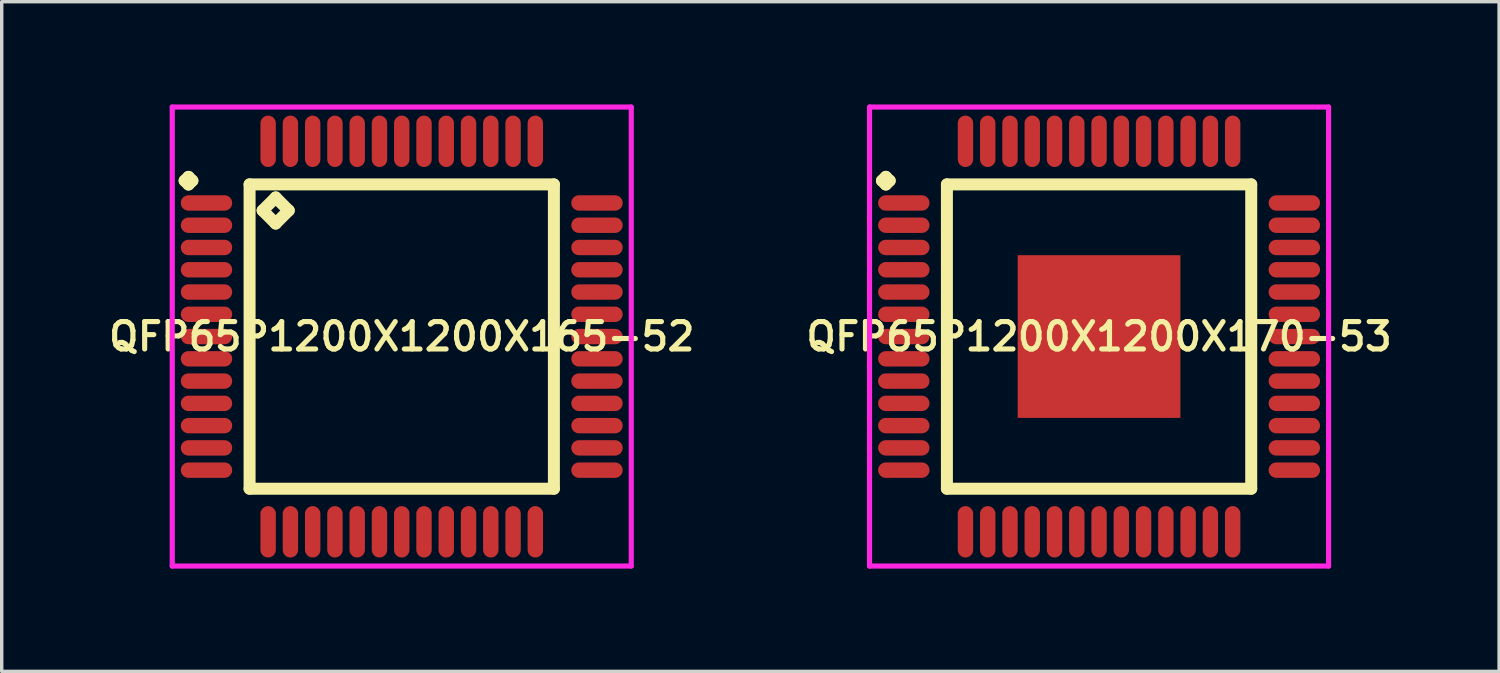
<source format=kicad_pcb>
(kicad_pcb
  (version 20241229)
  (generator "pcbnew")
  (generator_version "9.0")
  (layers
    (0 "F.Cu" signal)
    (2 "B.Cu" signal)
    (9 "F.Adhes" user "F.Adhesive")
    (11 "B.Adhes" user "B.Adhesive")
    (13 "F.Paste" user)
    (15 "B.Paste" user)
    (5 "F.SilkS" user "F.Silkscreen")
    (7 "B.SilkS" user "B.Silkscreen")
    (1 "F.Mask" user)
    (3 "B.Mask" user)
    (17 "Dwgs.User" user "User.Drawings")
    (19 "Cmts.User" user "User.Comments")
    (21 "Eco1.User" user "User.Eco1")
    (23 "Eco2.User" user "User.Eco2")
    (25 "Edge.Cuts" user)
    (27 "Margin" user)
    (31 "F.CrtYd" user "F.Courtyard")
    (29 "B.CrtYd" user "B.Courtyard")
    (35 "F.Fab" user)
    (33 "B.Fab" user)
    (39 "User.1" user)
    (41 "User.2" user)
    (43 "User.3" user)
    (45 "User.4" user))
  (footprint "QFP65P1200X1200X165-52"
    (layer "F.Cu")
    (at 8.678 6.775)
    (property "Reference" "QFP65P1200X1200X165-52" (at 0 0 0) (layer "F.SilkS") (effects (font (size 0.8 0.8) (thickness 0.15))))
    (attr smd)
    (fp_line (start -6.338 -4.55) (end -6.225 -4.662) (stroke (width 0.35) (type solid)) (layer "F.SilkS"))
    (fp_line (start -6.225 -4.662) (end -6.112 -4.55) (stroke (width 0.35) (type solid)) (layer "F.SilkS"))
    (fp_line (start -6.225 -4.438) (end -6.338 -4.55) (stroke (width 0.35) (type solid)) (layer "F.SilkS"))
    (fp_line (start -6.112 -4.55) (end -6.225 -4.438) (stroke (width 0.35) (type solid)) (layer "F.SilkS"))
    (fp_line (start -4.442 -4.442) (end -4.442 4.442) (stroke (width 0.35) (type solid)) (layer "F.SilkS"))
    (fp_line (start -4.442 4.442) (end 4.442 4.442) (stroke (width 0.35) (type solid)) (layer "F.SilkS"))
    (fp_line (start -4.061 -3.68) (end -3.68 -4.061) (stroke (width 0.35) (type solid)) (layer "F.SilkS"))
    (fp_line (start -3.68 -4.061) (end -3.299 -3.68) (stroke (width 0.35) (type solid)) (layer "F.SilkS"))
    (fp_line (start -3.68 -3.299) (end -4.061 -3.68) (stroke (width 0.35) (type solid)) (layer "F.SilkS"))
    (fp_line (start -3.299 -3.68) (end -3.68 -3.299) (stroke (width 0.35) (type solid)) (layer "F.SilkS"))
    (fp_line (start 4.442 -4.442) (end -4.442 -4.442) (stroke (width 0.35) (type solid)) (layer "F.SilkS"))
    (fp_line (start 4.442 4.442) (end 4.442 -4.442) (stroke (width 0.35) (type solid)) (layer "F.SilkS"))
    (fp_line (start -6.7 -6.7) (end 6.7 -6.7) (stroke (width 0.15) (type solid)) (layer "F.CrtYd"))
    (fp_line (start -6.7 6.7) (end -6.7 -6.7) (stroke (width 0.15) (type solid)) (layer "F.CrtYd"))
    (fp_line (start 6.7 -6.7) (end 6.7 6.7) (stroke (width 0.15) (type solid)) (layer "F.CrtYd"))
    (fp_line (start 6.7 6.7) (end -6.7 6.7) (stroke (width 0.15) (type solid)) (layer "F.CrtYd"))
    (pad "1" smd oval (at -5.7 -3.9) (size 1.5 0.45) (layers "F.Cu" "F.Mask" "F.Paste"))
    (pad "2" smd oval (at -5.7 -3.25) (size 1.5 0.45) (layers "F.Cu" "F.Mask" "F.Paste"))
    (pad "3" smd oval (at -5.7 -2.6) (size 1.5 0.45) (layers "F.Cu" "F.Mask" "F.Paste"))
    (pad "4" smd oval (at -5.7 -1.95) (size 1.5 0.45) (layers "F.Cu" "F.Mask" "F.Paste"))
    (pad "5" smd oval (at -5.7 -1.3) (size 1.5 0.45) (layers "F.Cu" "F.Mask" "F.Paste"))
    (pad "6" smd oval (at -5.7 -0.65) (size 1.5 0.45) (layers "F.Cu" "F.Mask" "F.Paste"))
    (pad "7" smd oval (at -5.7 0) (size 1.5 0.45) (layers "F.Cu" "F.Mask" "F.Paste"))
    (pad "8" smd oval (at -5.7 0.65) (size 1.5 0.45) (layers "F.Cu" "F.Mask" "F.Paste"))
    (pad "9" smd oval (at -5.7 1.3) (size 1.5 0.45) (layers "F.Cu" "F.Mask" "F.Paste"))
    (pad "10" smd oval (at -5.7 1.95) (size 1.5 0.45) (layers "F.Cu" "F.Mask" "F.Paste"))
    (pad "11" smd oval (at -5.7 2.6) (size 1.5 0.45) (layers "F.Cu" "F.Mask" "F.Paste"))
    (pad "12" smd oval (at -5.7 3.25) (size 1.5 0.45) (layers "F.Cu" "F.Mask" "F.Paste"))
    (pad "13" smd oval (at -5.7 3.9) (size 1.5 0.45) (layers "F.Cu" "F.Mask" "F.Paste"))
    (pad "14" smd oval (at -3.9 5.7) (size 0.45 1.5) (layers "F.Cu" "F.Mask" "F.Paste"))
    (pad "15" smd oval (at -3.25 5.7) (size 0.45 1.5) (layers "F.Cu" "F.Mask" "F.Paste"))
    (pad "16" smd oval (at -2.6 5.7) (size 0.45 1.5) (layers "F.Cu" "F.Mask" "F.Paste"))
    (pad "17" smd oval (at -1.95 5.7) (size 0.45 1.5) (layers "F.Cu" "F.Mask" "F.Paste"))
    (pad "18" smd oval (at -1.3 5.7) (size 0.45 1.5) (layers "F.Cu" "F.Mask" "F.Paste"))
    (pad "19" smd oval (at -0.65 5.7) (size 0.45 1.5) (layers "F.Cu" "F.Mask" "F.Paste"))
    (pad "20" smd oval (at 0 5.7) (size 0.45 1.5) (layers "F.Cu" "F.Mask" "F.Paste"))
    (pad "21" smd oval (at 0.65 5.7) (size 0.45 1.5) (layers "F.Cu" "F.Mask" "F.Paste"))
    (pad "22" smd oval (at 1.3 5.7) (size 0.45 1.5) (layers "F.Cu" "F.Mask" "F.Paste"))
    (pad "23" smd oval (at 1.95 5.7) (size 0.45 1.5) (layers "F.Cu" "F.Mask" "F.Paste"))
    (pad "24" smd oval (at 2.6 5.7) (size 0.45 1.5) (layers "F.Cu" "F.Mask" "F.Paste"))
    (pad "25" smd oval (at 3.25 5.7) (size 0.45 1.5) (layers "F.Cu" "F.Mask" "F.Paste"))
    (pad "26" smd oval (at 3.9 5.7) (size 0.45 1.5) (layers "F.Cu" "F.Mask" "F.Paste"))
    (pad "27" smd oval (at 5.7 3.9) (size 1.5 0.45) (layers "F.Cu" "F.Mask" "F.Paste"))
    (pad "28" smd oval (at 5.7 3.25) (size 1.5 0.45) (layers "F.Cu" "F.Mask" "F.Paste"))
    (pad "29" smd oval (at 5.7 2.6) (size 1.5 0.45) (layers "F.Cu" "F.Mask" "F.Paste"))
    (pad "30" smd oval (at 5.7 1.95) (size 1.5 0.45) (layers "F.Cu" "F.Mask" "F.Paste"))
    (pad "31" smd oval (at 5.7 1.3) (size 1.5 0.45) (layers "F.Cu" "F.Mask" "F.Paste"))
    (pad "32" smd oval (at 5.7 0.65) (size 1.5 0.45) (layers "F.Cu" "F.Mask" "F.Paste"))
    (pad "33" smd oval (at 5.7 0) (size 1.5 0.45) (layers "F.Cu" "F.Mask" "F.Paste"))
    (pad "34" smd oval (at 5.7 -0.65) (size 1.5 0.45) (layers "F.Cu" "F.Mask" "F.Paste"))
    (pad "35" smd oval (at 5.7 -1.3) (size 1.5 0.45) (layers "F.Cu" "F.Mask" "F.Paste"))
    (pad "36" smd oval (at 5.7 -1.95) (size 1.5 0.45) (layers "F.Cu" "F.Mask" "F.Paste"))
    (pad "37" smd oval (at 5.7 -2.6) (size 1.5 0.45) (layers "F.Cu" "F.Mask" "F.Paste"))
    (pad "38" smd oval (at 5.7 -3.25) (size 1.5 0.45) (layers "F.Cu" "F.Mask" "F.Paste"))
    (pad "39" smd oval (at 5.7 -3.9) (size 1.5 0.45) (layers "F.Cu" "F.Mask" "F.Paste"))
    (pad "40" smd oval (at 3.9 -5.7) (size 0.45 1.5) (layers "F.Cu" "F.Mask" "F.Paste"))
    (pad "41" smd oval (at 3.25 -5.7) (size 0.45 1.5) (layers "F.Cu" "F.Mask" "F.Paste"))
    (pad "42" smd oval (at 2.6 -5.7) (size 0.45 1.5) (layers "F.Cu" "F.Mask" "F.Paste"))
    (pad "43" smd oval (at 1.95 -5.7) (size 0.45 1.5) (layers "F.Cu" "F.Mask" "F.Paste"))
    (pad "44" smd oval (at 1.3 -5.7) (size 0.45 1.5) (layers "F.Cu" "F.Mask" "F.Paste"))
    (pad "45" smd oval (at 0.65 -5.7) (size 0.45 1.5) (layers "F.Cu" "F.Mask" "F.Paste"))
    (pad "46" smd oval (at 0 -5.7) (size 0.45 1.5) (layers "F.Cu" "F.Mask" "F.Paste"))
    (pad "47" smd oval (at -0.65 -5.7) (size 0.45 1.5) (layers "F.Cu" "F.Mask" "F.Paste"))
    (pad "48" smd oval (at -1.3 -5.7) (size 0.45 1.5) (layers "F.Cu" "F.Mask" "F.Paste"))
    (pad "49" smd oval (at -1.95 -5.7) (size 0.45 1.5) (layers "F.Cu" "F.Mask" "F.Paste"))
    (pad "50" smd oval (at -2.6 -5.7) (size 0.45 1.5) (layers "F.Cu" "F.Mask" "F.Paste"))
    (pad "51" smd oval (at -3.25 -5.7) (size 0.45 1.5) (layers "F.Cu" "F.Mask" "F.Paste"))
    (pad "52" smd oval (at -3.9 -5.7) (size 0.45 1.5) (layers "F.Cu" "F.Mask" "F.Paste")))
  (footprint "QFP65P1200X1200X170-53"
    (layer "F.Cu")
    (at 29.035 6.775)
    (property "Reference" "QFP65P1200X1200X170-53" (at 0 0 0) (layer "F.SilkS") (effects (font (size 0.8 0.8) (thickness 0.15))))
    (attr smd)
    (fp_line (start -6.338 -4.55) (end -6.225 -4.662) (stroke (width 0.35) (type solid)) (layer "F.SilkS"))
    (fp_line (start -6.225 -4.662) (end -6.112 -4.55) (stroke (width 0.35) (type solid)) (layer "F.SilkS"))
    (fp_line (start -6.225 -4.438) (end -6.338 -4.55) (stroke (width 0.35) (type solid)) (layer "F.SilkS"))
    (fp_line (start -6.112 -4.55) (end -6.225 -4.438) (stroke (width 0.35) (type solid)) (layer "F.SilkS"))
    (fp_line (start -4.442 -4.442) (end -4.442 4.442) (stroke (width 0.35) (type solid)) (layer "F.SilkS"))
    (fp_line (start -4.442 4.442) (end 4.442 4.442) (stroke (width 0.35) (type solid)) (layer "F.SilkS"))
    (fp_line (start 4.442 -4.442) (end -4.442 -4.442) (stroke (width 0.35) (type solid)) (layer "F.SilkS"))
    (fp_line (start 4.442 4.442) (end 4.442 -4.442) (stroke (width 0.35) (type solid)) (layer "F.SilkS"))
    (fp_line (start -6.7 -6.7) (end 6.7 -6.7) (stroke (width 0.15) (type solid)) (layer "F.CrtYd"))
    (fp_line (start -6.7 6.7) (end -6.7 -6.7) (stroke (width 0.15) (type solid)) (layer "F.CrtYd"))
    (fp_line (start 6.7 -6.7) (end 6.7 6.7) (stroke (width 0.15) (type solid)) (layer "F.CrtYd"))
    (fp_line (start 6.7 6.7) (end -6.7 6.7) (stroke (width 0.15) (type solid)) (layer "F.CrtYd"))
    (pad "1" smd oval (at -5.7 -3.9) (size 1.5 0.45) (layers "F.Cu" "F.Mask" "F.Paste"))
    (pad "2" smd oval (at -5.7 -3.25) (size 1.5 0.45) (layers "F.Cu" "F.Mask" "F.Paste"))
    (pad "3" smd oval (at -5.7 -2.6) (size 1.5 0.45) (layers "F.Cu" "F.Mask" "F.Paste"))
    (pad "4" smd oval (at -5.7 -1.95) (size 1.5 0.45) (layers "F.Cu" "F.Mask" "F.Paste"))
    (pad "5" smd oval (at -5.7 -1.3) (size 1.5 0.45) (layers "F.Cu" "F.Mask" "F.Paste"))
    (pad "6" smd oval (at -5.7 -0.65) (size 1.5 0.45) (layers "F.Cu" "F.Mask" "F.Paste"))
    (pad "7" smd oval (at -5.7 0) (size 1.5 0.45) (layers "F.Cu" "F.Mask" "F.Paste"))
    (pad "8" smd oval (at -5.7 0.65) (size 1.5 0.45) (layers "F.Cu" "F.Mask" "F.Paste"))
    (pad "9" smd oval (at -5.7 1.3) (size 1.5 0.45) (layers "F.Cu" "F.Mask" "F.Paste"))
    (pad "10" smd oval (at -5.7 1.95) (size 1.5 0.45) (layers "F.Cu" "F.Mask" "F.Paste"))
    (pad "11" smd oval (at -5.7 2.6) (size 1.5 0.45) (layers "F.Cu" "F.Mask" "F.Paste"))
    (pad "12" smd oval (at -5.7 3.25) (size 1.5 0.45) (layers "F.Cu" "F.Mask" "F.Paste"))
    (pad "13" smd oval (at -5.7 3.9) (size 1.5 0.45) (layers "F.Cu" "F.Mask" "F.Paste"))
    (pad "14" smd oval (at -3.9 5.7) (size 0.45 1.5) (layers "F.Cu" "F.Mask" "F.Paste"))
    (pad "15" smd oval (at -3.25 5.7) (size 0.45 1.5) (layers "F.Cu" "F.Mask" "F.Paste"))
    (pad "16" smd oval (at -2.6 5.7) (size 0.45 1.5) (layers "F.Cu" "F.Mask" "F.Paste"))
    (pad "17" smd oval (at -1.95 5.7) (size 0.45 1.5) (layers "F.Cu" "F.Mask" "F.Paste"))
    (pad "18" smd oval (at -1.3 5.7) (size 0.45 1.5) (layers "F.Cu" "F.Mask" "F.Paste"))
    (pad "19" smd oval (at -0.65 5.7) (size 0.45 1.5) (layers "F.Cu" "F.Mask" "F.Paste"))
    (pad "20" smd oval (at 0 5.7) (size 0.45 1.5) (layers "F.Cu" "F.Mask" "F.Paste"))
    (pad "21" smd oval (at 0.65 5.7) (size 0.45 1.5) (layers "F.Cu" "F.Mask" "F.Paste"))
    (pad "22" smd oval (at 1.3 5.7) (size 0.45 1.5) (layers "F.Cu" "F.Mask" "F.Paste"))
    (pad "23" smd oval (at 1.95 5.7) (size 0.45 1.5) (layers "F.Cu" "F.Mask" "F.Paste"))
    (pad "24" smd oval (at 2.6 5.7) (size 0.45 1.5) (layers "F.Cu" "F.Mask" "F.Paste"))
    (pad "25" smd oval (at 3.25 5.7) (size 0.45 1.5) (layers "F.Cu" "F.Mask" "F.Paste"))
    (pad "26" smd oval (at 3.9 5.7) (size 0.45 1.5) (layers "F.Cu" "F.Mask" "F.Paste"))
    (pad "27" smd oval (at 5.7 3.9) (size 1.5 0.45) (layers "F.Cu" "F.Mask" "F.Paste"))
    (pad "28" smd oval (at 5.7 3.25) (size 1.5 0.45) (layers "F.Cu" "F.Mask" "F.Paste"))
    (pad "29" smd oval (at 5.7 2.6) (size 1.5 0.45) (layers "F.Cu" "F.Mask" "F.Paste"))
    (pad "30" smd oval (at 5.7 1.95) (size 1.5 0.45) (layers "F.Cu" "F.Mask" "F.Paste"))
    (pad "31" smd oval (at 5.7 1.3) (size 1.5 0.45) (layers "F.Cu" "F.Mask" "F.Paste"))
    (pad "32" smd oval (at 5.7 0.65) (size 1.5 0.45) (layers "F.Cu" "F.Mask" "F.Paste"))
    (pad "33" smd oval (at 5.7 0) (size 1.5 0.45) (layers "F.Cu" "F.Mask" "F.Paste"))
    (pad "34" smd oval (at 5.7 -0.65) (size 1.5 0.45) (layers "F.Cu" "F.Mask" "F.Paste"))
    (pad "35" smd oval (at 5.7 -1.3) (size 1.5 0.45) (layers "F.Cu" "F.Mask" "F.Paste"))
    (pad "36" smd oval (at 5.7 -1.95) (size 1.5 0.45) (layers "F.Cu" "F.Mask" "F.Paste"))
    (pad "37" smd oval (at 5.7 -2.6) (size 1.5 0.45) (layers "F.Cu" "F.Mask" "F.Paste"))
    (pad "38" smd oval (at 5.7 -3.25) (size 1.5 0.45) (layers "F.Cu" "F.Mask" "F.Paste"))
    (pad "39" smd oval (at 5.7 -3.9) (size 1.5 0.45) (layers "F.Cu" "F.Mask" "F.Paste"))
    (pad "40" smd oval (at 3.9 -5.7) (size 0.45 1.5) (layers "F.Cu" "F.Mask" "F.Paste"))
    (pad "41" smd oval (at 3.25 -5.7) (size 0.45 1.5) (layers "F.Cu" "F.Mask" "F.Paste"))
    (pad "42" smd oval (at 2.6 -5.7) (size 0.45 1.5) (layers "F.Cu" "F.Mask" "F.Paste"))
    (pad "43" smd oval (at 1.95 -5.7) (size 0.45 1.5) (layers "F.Cu" "F.Mask" "F.Paste"))
    (pad "44" smd oval (at 1.3 -5.7) (size 0.45 1.5) (layers "F.Cu" "F.Mask" "F.Paste"))
    (pad "45" smd oval (at 0.65 -5.7) (size 0.45 1.5) (layers "F.Cu" "F.Mask" "F.Paste"))
    (pad "46" smd oval (at 0 -5.7) (size 0.45 1.5) (layers "F.Cu" "F.Mask" "F.Paste"))
    (pad "47" smd oval (at -0.65 -5.7) (size 0.45 1.5) (layers "F.Cu" "F.Mask" "F.Paste"))
    (pad "48" smd oval (at -1.3 -5.7) (size 0.45 1.5) (layers "F.Cu" "F.Mask" "F.Paste"))
    (pad "49" smd oval (at -1.95 -5.7) (size 0.45 1.5) (layers "F.Cu" "F.Mask" "F.Paste"))
    (pad "50" smd oval (at -2.6 -5.7) (size 0.45 1.5) (layers "F.Cu" "F.Mask" "F.Paste"))
    (pad "51" smd oval (at -3.25 -5.7) (size 0.45 1.5) (layers "F.Cu" "F.Mask" "F.Paste"))
    (pad "52" smd oval (at -3.9 -5.7) (size 0.45 1.5) (layers "F.Cu" "F.Mask" "F.Paste"))
    (pad "53" smd rect (at 0 0) (size 4.75 4.75) (layers "F.Cu" "F.Mask" "F.Paste")))
  (gr_rect
    (start -3 -3)
    (end 40.713 16.55)
    (stroke (width 0.1) (type default))
    (fill no)
    (layer "Edge.Cuts")))
</source>
